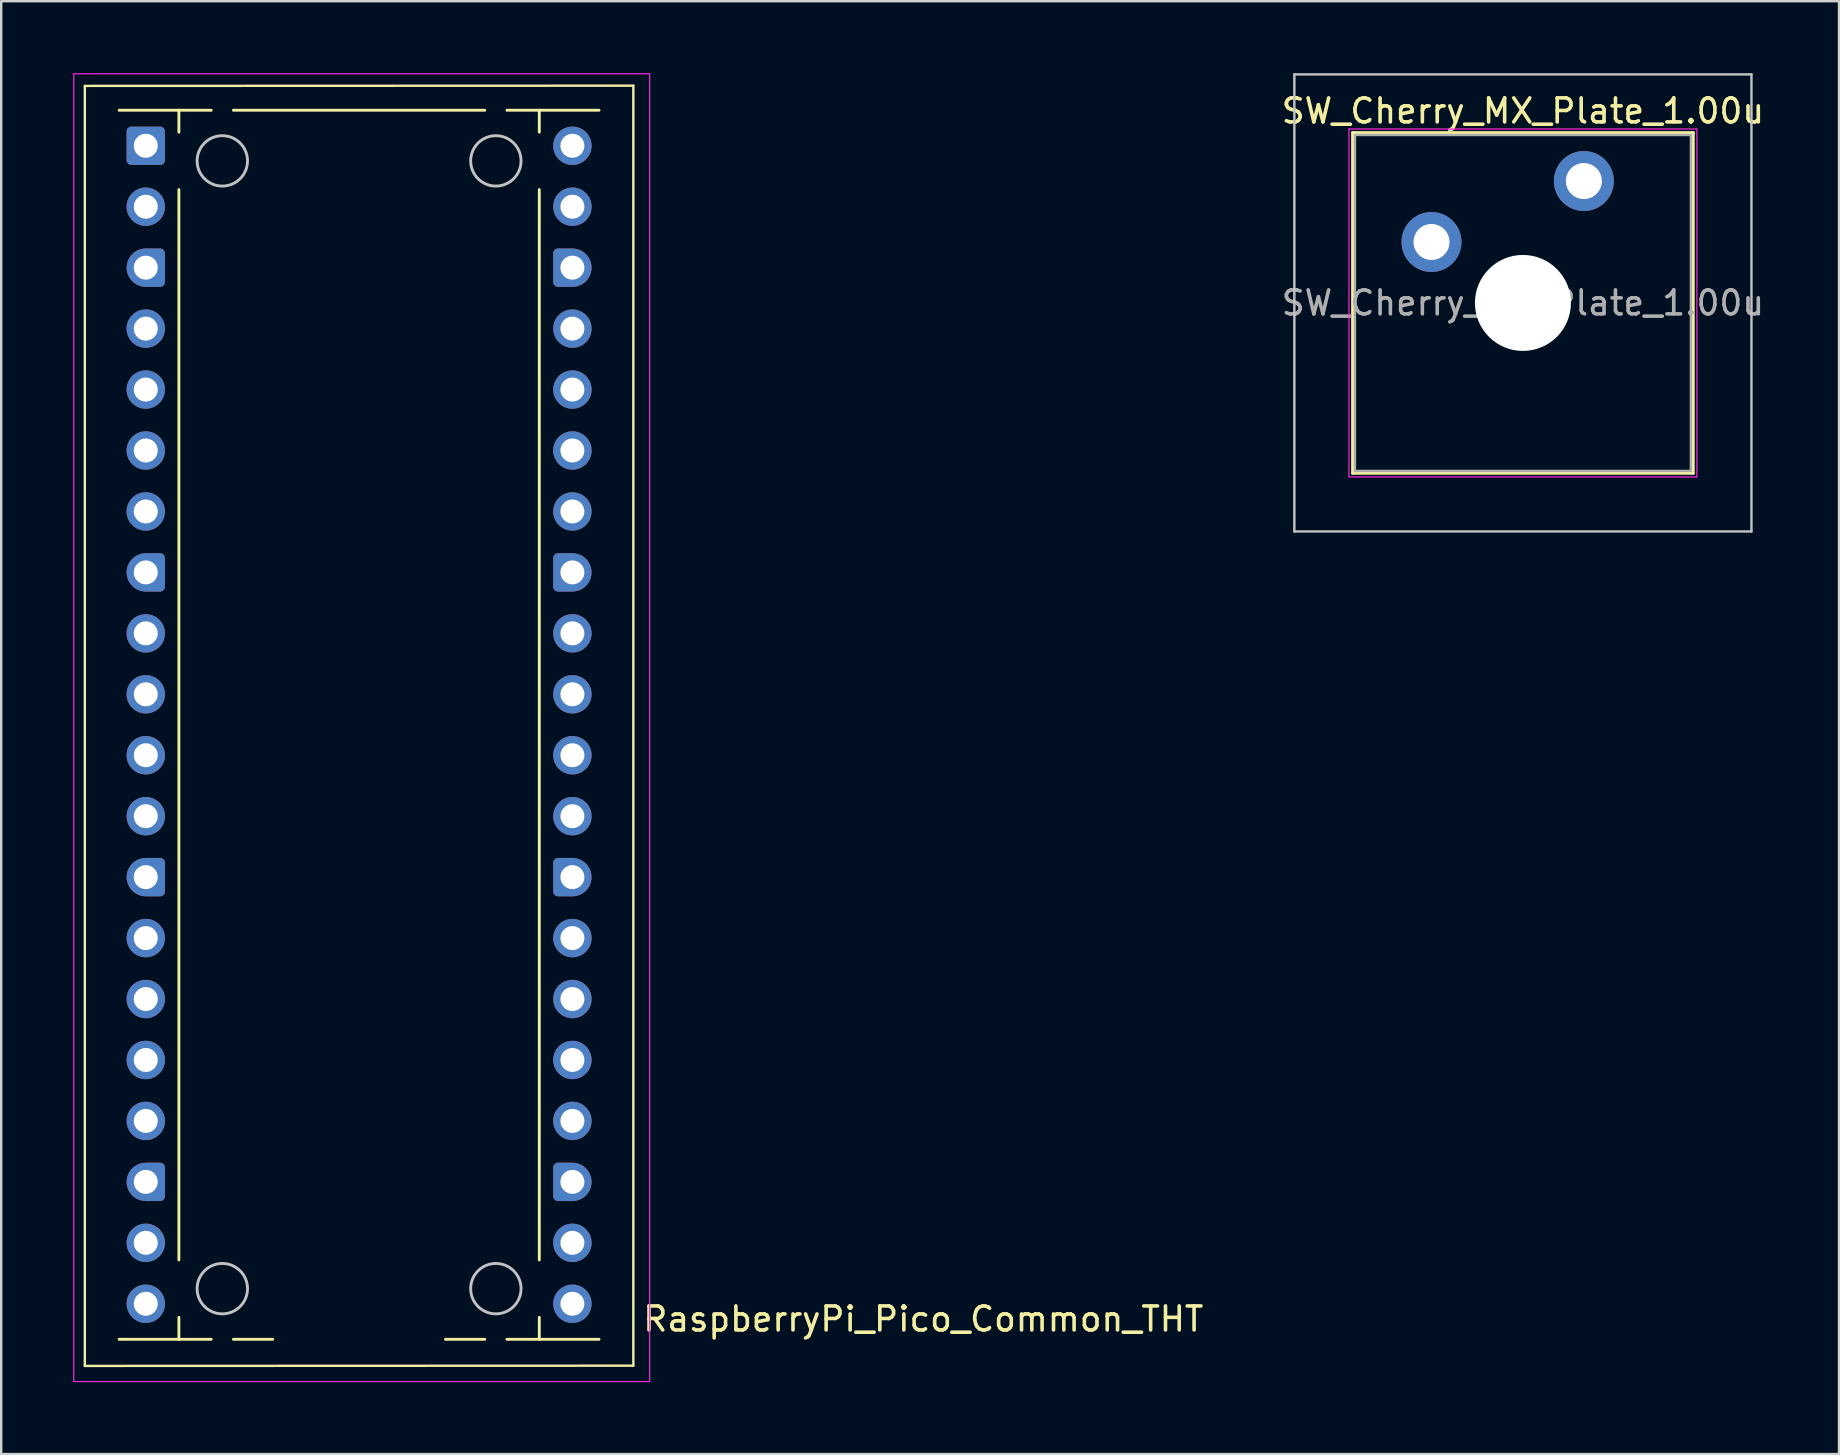
<source format=kicad_pcb>
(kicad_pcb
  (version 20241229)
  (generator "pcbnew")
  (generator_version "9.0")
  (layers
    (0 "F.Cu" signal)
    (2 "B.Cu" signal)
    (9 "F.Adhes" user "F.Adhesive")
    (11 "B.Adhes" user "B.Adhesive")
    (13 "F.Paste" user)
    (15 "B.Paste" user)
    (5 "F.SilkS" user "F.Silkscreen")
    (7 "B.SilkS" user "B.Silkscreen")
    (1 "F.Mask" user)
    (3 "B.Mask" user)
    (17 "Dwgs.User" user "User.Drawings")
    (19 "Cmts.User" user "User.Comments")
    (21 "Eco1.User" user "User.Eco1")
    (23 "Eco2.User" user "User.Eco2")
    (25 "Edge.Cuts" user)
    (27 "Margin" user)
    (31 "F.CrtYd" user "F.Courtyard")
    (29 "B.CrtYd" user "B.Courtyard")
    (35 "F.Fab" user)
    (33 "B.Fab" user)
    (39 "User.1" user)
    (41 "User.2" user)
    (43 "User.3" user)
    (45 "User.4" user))
  (footprint "RaspberryPi_Pico_Common_THT"
    (layer "F.Cu")
    (at 3.025 3.025)
    (property "Reference" "RaspberryPi_Pico_Common_THT" (at 20.637 48.895 0) (unlocked yes) (layer "F.SilkS") (effects (font (size 1 1) (thickness 0.15)) (justify left)))
    (attr through_hole)
    (fp_line (start -2.54 -2.495) (end -2.54 50.85) (stroke (width 0.1) (type default)) (layer "F.SilkS"))
    (fp_line (start -2.54 50.85) (end 20.32 50.84) (stroke (width 0.1) (type default)) (layer "F.SilkS"))
    (fp_line (start -1.11 -1.48) (end 1.38 -1.48) (stroke (width 0.12) (type solid)) (layer "F.SilkS"))
    (fp_line (start -1.11 49.74) (end 2.728 49.74) (stroke (width 0.12) (type solid)) (layer "F.SilkS"))
    (fp_line (start 1.38 -1.48) (end 1.38 -0.566) (stroke (width 0.12) (type solid)) (layer "F.SilkS"))
    (fp_line (start 1.38 -1.48) (end 2.728 -1.48) (stroke (width 0.12) (type solid)) (layer "F.SilkS"))
    (fp_line (start 1.38 1.826) (end 1.38 46.434) (stroke (width 0.12) (type solid)) (layer "F.SilkS"))
    (fp_line (start 1.38 48.826) (end 1.38 49.74) (stroke (width 0.12) (type solid)) (layer "F.SilkS"))
    (fp_line (start 3.652 -1.48) (end 14.128 -1.48) (stroke (width 0.12) (type solid)) (layer "F.SilkS"))
    (fp_line (start 5.29 49.74) (end 3.652 49.74) (stroke (width 0.12) (type solid)) (layer "F.SilkS"))
    (fp_line (start 14.128 49.74) (end 12.49 49.74) (stroke (width 0.12) (type solid)) (layer "F.SilkS"))
    (fp_line (start 15.052 -1.48) (end 16.4 -1.48) (stroke (width 0.12) (type solid)) (layer "F.SilkS"))
    (fp_line (start 15.052 49.74) (end 18.89 49.74) (stroke (width 0.12) (type solid)) (layer "F.SilkS"))
    (fp_line (start 16.4 -1.48) (end 16.4 -0.566) (stroke (width 0.12) (type solid)) (layer "F.SilkS"))
    (fp_line (start 16.4 1.826) (end 16.4 46.434) (stroke (width 0.12) (type solid)) (layer "F.SilkS"))
    (fp_line (start 16.4 48.826) (end 16.4 49.74) (stroke (width 0.12) (type solid)) (layer "F.SilkS"))
    (fp_line (start 18.89 -1.48) (end 16.4 -1.48) (stroke (width 0.12) (type solid)) (layer "F.SilkS"))
    (fp_line (start 20.32 -2.505) (end -2.54 -2.495) (stroke (width 0.1) (type default)) (layer "F.SilkS"))
    (fp_line (start 20.32 50.84) (end 20.32 -2.505) (stroke (width 0.1) (type default)) (layer "F.SilkS"))
    (fp_circle (center 3.19 0.63) (end 4.24 0.63) (stroke (width 0.12) (type solid)) (fill no) (layer "Dwgs.User"))
    (fp_circle (center 3.19 47.63) (end 4.24 47.63) (stroke (width 0.12) (type solid)) (fill no) (layer "Dwgs.User"))
    (fp_circle (center 14.59 0.63) (end 15.64 0.63) (stroke (width 0.12) (type solid)) (fill no) (layer "Dwgs.User"))
    (fp_circle (center 14.59 47.63) (end 15.64 47.63) (stroke (width 0.12) (type solid)) (fill no) (layer "Dwgs.User"))
    (fp_line (start -3 51.5) (end -3 -3) (stroke (width 0.05) (type default)) (layer "F.CrtYd"))
    (fp_line (start 21 -3) (end -3 -3) (stroke (width 0.05) (type default)) (layer "F.CrtYd"))
    (fp_line (start 21 -3) (end 21 51.5) (stroke (width 0.05) (type default)) (layer "F.CrtYd"))
    (fp_line (start 21 51.5) (end -3 51.5) (stroke (width 0.05) (type default)) (layer "F.CrtYd"))
    (pad "1" thru_hole roundrect (at 0 0) (size 1.6 1.6) (drill 1) (layers "*.Cu" "*.Mask") (roundrect_rratio 0.125))
    (pad "2" thru_hole circle (at 0 2.54) (size 1.6 1.6) (drill 1) (layers "*.Cu" "*.Mask"))
    (pad "3" thru_hole custom (at 0 5.08) (size 1.6 1.6) (drill 1) (layers "*.Cu" "*.Mask") (options (anchor circle)) (primitives (gr_poly (pts (xy 0.8 0.6) (xy 0.8 -0.6) (xy 0.6 -0.8) (xy 0 -0.8) (xy 0 0.8) (xy 0.6 0.8)) (width 0) (fill yes)) (gr_circle (center 0.6 0.6) (end 0.8 0.6) (width 0) (fill yes)) (gr_circle (center 0.6 -0.6) (end 0.8 -0.6) (width 0) (fill yes))))
    (pad "4" thru_hole circle (at 0 7.62) (size 1.6 1.6) (drill 1) (layers "*.Cu" "*.Mask"))
    (pad "5" thru_hole circle (at 0 10.16) (size 1.6 1.6) (drill 1) (layers "*.Cu" "*.Mask"))
    (pad "6" thru_hole circle (at 0 12.7) (size 1.6 1.6) (drill 1) (layers "*.Cu" "*.Mask"))
    (pad "7" thru_hole circle (at 0 15.24) (size 1.6 1.6) (drill 1) (layers "*.Cu" "*.Mask"))
    (pad "8" thru_hole custom (at 0 17.78) (size 1.6 1.6) (drill 1) (layers "*.Cu" "*.Mask") (options (anchor circle)) (primitives (gr_poly (pts (xy 0.8 0.6) (xy 0.8 -0.6) (xy 0.6 -0.8) (xy 0 -0.8) (xy 0 0.8) (xy 0.6 0.8)) (width 0) (fill yes)) (gr_circle (center 0.6 0.6) (end 0.8 0.6) (width 0) (fill yes)) (gr_circle (center 0.6 -0.6) (end 0.8 -0.6) (width 0) (fill yes))))
    (pad "9" thru_hole circle (at 0 20.32) (size 1.6 1.6) (drill 1) (layers "*.Cu" "*.Mask"))
    (pad "10" thru_hole circle (at 0 22.86) (size 1.6 1.6) (drill 1) (layers "*.Cu" "*.Mask"))
    (pad "11" thru_hole circle (at 0 25.4) (size 1.6 1.6) (drill 1) (layers "*.Cu" "*.Mask"))
    (pad "12" thru_hole circle (at 0 27.94) (size 1.6 1.6) (drill 1) (layers "*.Cu" "*.Mask"))
    (pad "13" thru_hole custom (at 0 30.48) (size 1.6 1.6) (drill 1) (layers "*.Cu" "*.Mask") (options (anchor circle)) (primitives (gr_poly (pts (xy 0.8 0.6) (xy 0.8 -0.6) (xy 0.6 -0.8) (xy 0 -0.8) (xy 0 0.8) (xy 0.6 0.8)) (width 0) (fill yes)) (gr_circle (center 0.6 0.6) (end 0.8 0.6) (width 0) (fill yes)) (gr_circle (center 0.6 -0.6) (end 0.8 -0.6) (width 0) (fill yes))))
    (pad "14" thru_hole circle (at 0 33.02) (size 1.6 1.6) (drill 1) (layers "*.Cu" "*.Mask"))
    (pad "15" thru_hole circle (at 0 35.56) (size 1.6 1.6) (drill 1) (layers "*.Cu" "*.Mask"))
    (pad "16" thru_hole circle (at 0 38.1) (size 1.6 1.6) (drill 1) (layers "*.Cu" "*.Mask"))
    (pad "17" thru_hole circle (at 0 40.64) (size 1.6 1.6) (drill 1) (layers "*.Cu" "*.Mask"))
    (pad "18" thru_hole custom (at 0 43.18) (size 1.6 1.6) (drill 1) (layers "*.Cu" "*.Mask") (options (anchor circle)) (primitives (gr_poly (pts (xy 0.8 0.6) (xy 0.8 -0.6) (xy 0.6 -0.8) (xy 0 -0.8) (xy 0 0.8) (xy 0.6 0.8)) (width 0) (fill yes)) (gr_circle (center 0.6 0.6) (end 0.8 0.6) (width 0) (fill yes)) (gr_circle (center 0.6 -0.6) (end 0.8 -0.6) (width 0) (fill yes))))
    (pad "19" thru_hole circle (at 0 45.72) (size 1.6 1.6) (drill 1) (layers "*.Cu" "*.Mask"))
    (pad "20" thru_hole circle (at 0 48.26) (size 1.6 1.6) (drill 1) (layers "*.Cu" "*.Mask"))
    (pad "21" thru_hole circle (at 17.78 48.26) (size 1.6 1.6) (drill 1) (layers "*.Cu" "*.Mask"))
    (pad "22" thru_hole circle (at 17.78 45.72) (size 1.6 1.6) (drill 1) (layers "*.Cu" "*.Mask"))
    (pad "23" thru_hole custom (at 17.78 43.18) (size 1.6 1.6) (drill 1) (layers "*.Cu" "*.Mask") (options (anchor circle)) (primitives (gr_poly (pts (xy -0.8 0.6) (xy -0.8 -0.6) (xy -0.6 -0.8) (xy 0 -0.8) (xy 0 0.8) (xy -0.6 0.8)) (width 0) (fill yes)) (gr_circle (center -0.6 0.6) (end -0.4 0.6) (width 0) (fill yes)) (gr_circle (center -0.6 -0.6) (end -0.4 -0.6) (width 0) (fill yes))))
    (pad "24" thru_hole circle (at 17.78 40.64) (size 1.6 1.6) (drill 1) (layers "*.Cu" "*.Mask"))
    (pad "25" thru_hole circle (at 17.78 38.1) (size 1.6 1.6) (drill 1) (layers "*.Cu" "*.Mask"))
    (pad "26" thru_hole circle (at 17.78 35.56) (size 1.6 1.6) (drill 1) (layers "*.Cu" "*.Mask"))
    (pad "27" thru_hole circle (at 17.78 33.02) (size 1.6 1.6) (drill 1) (layers "*.Cu" "*.Mask"))
    (pad "28" thru_hole custom (at 17.78 30.48) (size 1.6 1.6) (drill 1) (layers "*.Cu" "*.Mask") (options (anchor circle)) (primitives (gr_poly (pts (xy -0.8 0.6) (xy -0.8 -0.6) (xy -0.6 -0.8) (xy 0 -0.8) (xy 0 0.8) (xy -0.6 0.8)) (width 0) (fill yes)) (gr_circle (center -0.6 0.6) (end -0.4 0.6) (width 0) (fill yes)) (gr_circle (center -0.6 -0.6) (end -0.4 -0.6) (width 0) (fill yes))))
    (pad "29" thru_hole circle (at 17.78 27.94) (size 1.6 1.6) (drill 1) (layers "*.Cu" "*.Mask"))
    (pad "30" thru_hole circle (at 17.78 25.4) (size 1.6 1.6) (drill 1) (layers "*.Cu" "*.Mask"))
    (pad "31" thru_hole circle (at 17.78 22.86) (size 1.6 1.6) (drill 1) (layers "*.Cu" "*.Mask"))
    (pad "32" thru_hole circle (at 17.78 20.32) (size 1.6 1.6) (drill 1) (layers "*.Cu" "*.Mask"))
    (pad "33" thru_hole custom (at 17.78 17.78) (size 1.6 1.6) (drill 1) (layers "*.Cu" "*.Mask") (options (anchor circle)) (primitives (gr_poly (pts (xy -0.8 0.6) (xy -0.8 -0.6) (xy -0.6 -0.8) (xy 0 -0.8) (xy 0 0.8) (xy -0.6 0.8)) (width 0) (fill yes)) (gr_circle (center -0.6 0.6) (end -0.4 0.6) (width 0) (fill yes)) (gr_circle (center -0.6 -0.6) (end -0.4 -0.6) (width 0) (fill yes))))
    (pad "34" thru_hole circle (at 17.78 15.24) (size 1.6 1.6) (drill 1) (layers "*.Cu" "*.Mask"))
    (pad "35" thru_hole circle (at 17.78 12.7) (size 1.6 1.6) (drill 1) (layers "*.Cu" "*.Mask"))
    (pad "36" thru_hole circle (at 17.78 10.16) (size 1.6 1.6) (drill 1) (layers "*.Cu" "*.Mask"))
    (pad "37" thru_hole circle (at 17.78 7.62) (size 1.6 1.6) (drill 1) (layers "*.Cu" "*.Mask"))
    (pad "38" thru_hole custom (at 17.78 5.08) (size 1.6 1.6) (drill 1) (layers "*.Cu" "*.Mask") (options (anchor circle)) (primitives (gr_poly (pts (xy -0.8 0.6) (xy -0.8 -0.6) (xy -0.6 -0.8) (xy 0 -0.8) (xy 0 0.8) (xy -0.6 0.8)) (width 0) (fill yes)) (gr_circle (center -0.6 0.6) (end -0.4 0.6) (width 0) (fill yes)) (gr_circle (center -0.6 -0.6) (end -0.4 -0.6) (width 0) (fill yes))))
    (pad "39" thru_hole circle (at 17.78 2.54) (size 1.6 1.6) (drill 1) (layers "*.Cu" "*.Mask"))
    (pad "40" thru_hole circle (at 17.78 0) (size 1.6 1.6) (drill 1) (layers "*.Cu" "*.Mask")))
  (footprint "SW_Cherry_MX_Plate_1.00u"
    (layer "F.Cu")
    (at 60.418 9.575)
    (property "Reference" "SW_Cherry_MX_Plate_1.00u" (at 0 -8 0) (layer "F.SilkS") (effects (font (size 1 1) (thickness 0.15))))
    (attr through_hole)
    (fp_line (start -7.1 -7.1) (end -7.1 7.1) (stroke (width 0.12) (type solid)) (layer "F.SilkS"))
    (fp_line (start -7.1 7.1) (end 7.1 7.1) (stroke (width 0.12) (type solid)) (layer "F.SilkS"))
    (fp_line (start 7.1 -7.1) (end -7.1 -7.1) (stroke (width 0.12) (type solid)) (layer "F.SilkS"))
    (fp_line (start 7.1 7.1) (end 7.1 -7.1) (stroke (width 0.12) (type solid)) (layer "F.SilkS"))
    (fp_line (start -9.525 -9.525) (end -9.525 9.525) (stroke (width 0.1) (type solid)) (layer "Dwgs.User"))
    (fp_line (start -9.525 9.525) (end 9.525 9.525) (stroke (width 0.1) (type solid)) (layer "Dwgs.User"))
    (fp_line (start 9.525 -9.525) (end -9.525 -9.525) (stroke (width 0.1) (type solid)) (layer "Dwgs.User"))
    (fp_line (start 9.525 9.525) (end 9.525 -9.525) (stroke (width 0.1) (type solid)) (layer "Dwgs.User"))
    (fp_line (start -7 -7) (end -7 7) (stroke (width 0.1) (type solid)) (layer "Eco1.User"))
    (fp_line (start -7 7) (end 7 7) (stroke (width 0.1) (type solid)) (layer "Eco1.User"))
    (fp_line (start 7 -7) (end -7 -7) (stroke (width 0.1) (type solid)) (layer "Eco1.User"))
    (fp_line (start 7 7) (end 7 -7) (stroke (width 0.1) (type solid)) (layer "Eco1.User"))
    (fp_line (start -7.25 -7.25) (end -7.25 7.25) (stroke (width 0.05) (type solid)) (layer "F.CrtYd"))
    (fp_line (start -7.25 7.25) (end 7.25 7.25) (stroke (width 0.05) (type solid)) (layer "F.CrtYd"))
    (fp_line (start 7.25 -7.25) (end -7.25 -7.25) (stroke (width 0.05) (type solid)) (layer "F.CrtYd"))
    (fp_line (start 7.25 7.25) (end 7.25 -7.25) (stroke (width 0.05) (type solid)) (layer "F.CrtYd"))
    (fp_line (start -7 -7) (end -7 7) (stroke (width 0.1) (type solid)) (layer "F.Fab"))
    (fp_line (start -7 7) (end 7 7) (stroke (width 0.1) (type solid)) (layer "F.Fab"))
    (fp_line (start 7 -7) (end -7 -7) (stroke (width 0.1) (type solid)) (layer "F.Fab"))
    (fp_line (start 7 7) (end 7 -7) (stroke (width 0.1) (type solid)) (layer "F.Fab"))
    (fp_text user "${REFERENCE}" (at 0 0 0) (layer "F.Fab") (effects (font (size 1 1) (thickness 0.15))))
    (pad "" np_thru_hole circle (at 0 0) (size 4 4) (drill 4) (layers "*.Cu" "*.Mask"))
    (pad "1" thru_hole circle (at -3.81 -2.54) (size 2.5 2.5) (drill 1.5) (layers "*.Cu" "*.Mask"))
    (pad "2" thru_hole circle (at 2.54 -5.08) (size 2.5 2.5) (drill 1.5) (layers "*.Cu" "*.Mask")))
  (gr_rect
    (start -3 -3)
    (end 73.591 57.55)
    (stroke (width 0.1) (type default))
    (fill no)
    (layer "Edge.Cuts")))
</source>
